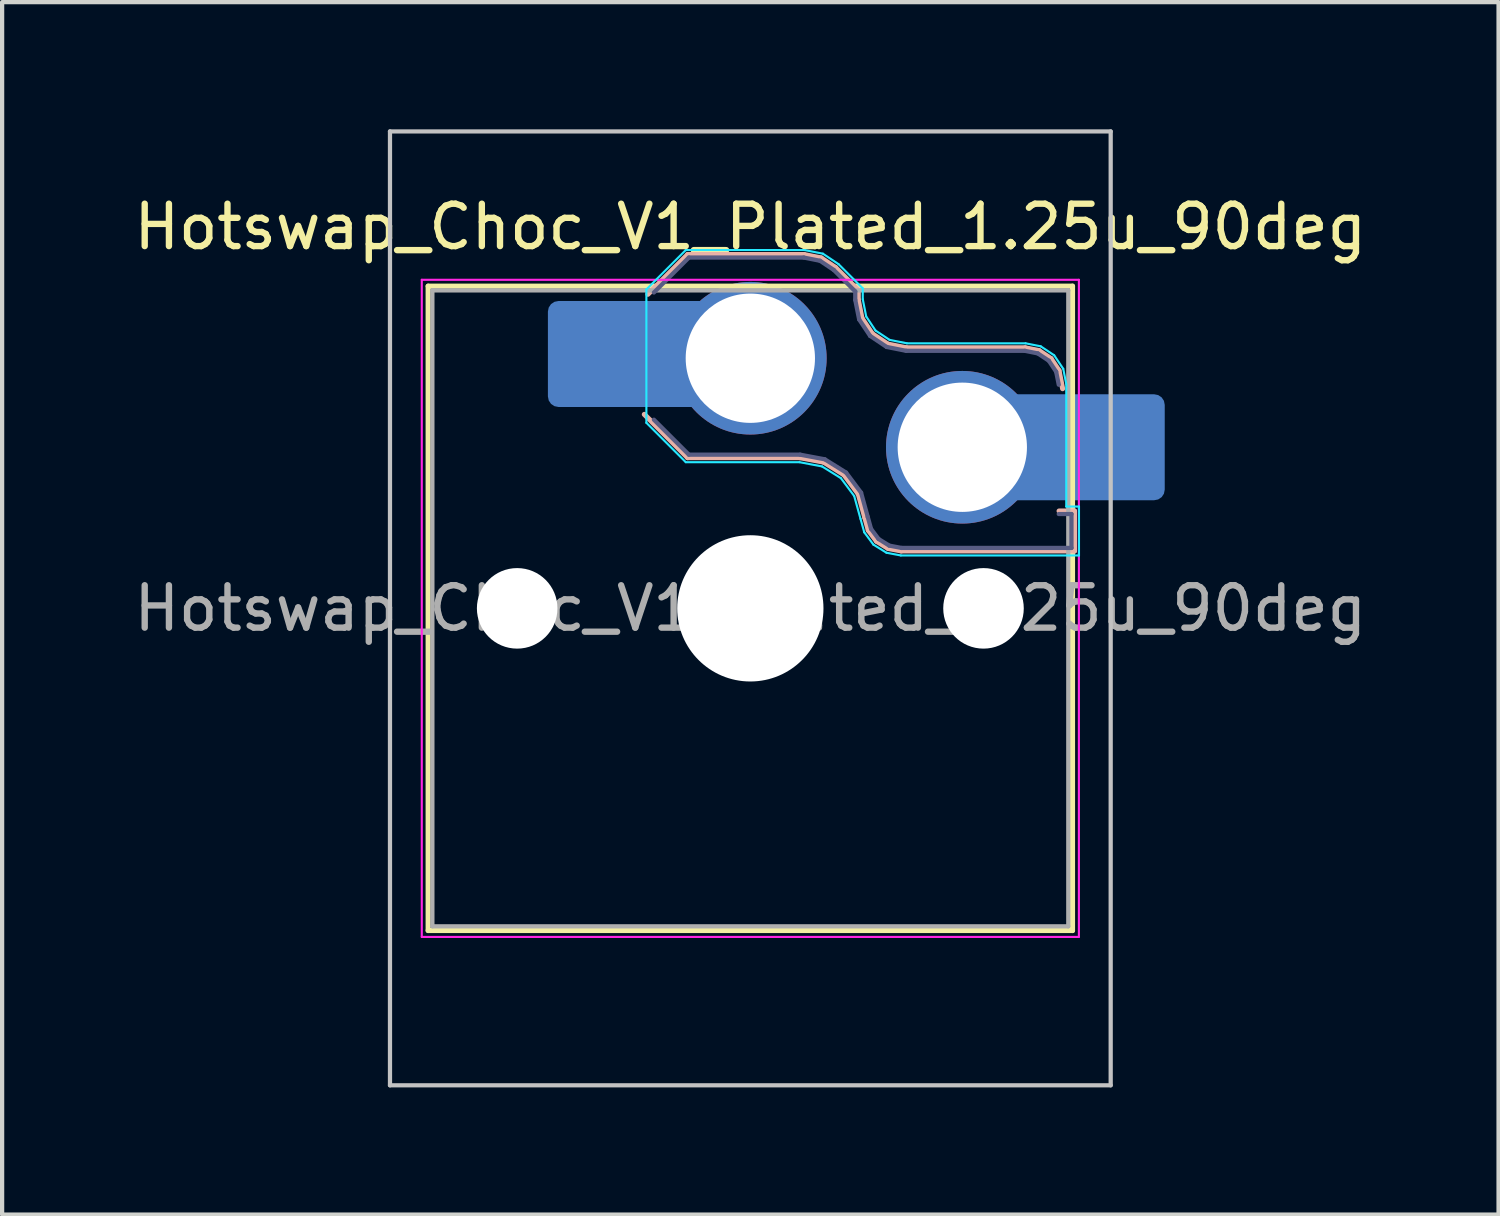
<source format=kicad_pcb>
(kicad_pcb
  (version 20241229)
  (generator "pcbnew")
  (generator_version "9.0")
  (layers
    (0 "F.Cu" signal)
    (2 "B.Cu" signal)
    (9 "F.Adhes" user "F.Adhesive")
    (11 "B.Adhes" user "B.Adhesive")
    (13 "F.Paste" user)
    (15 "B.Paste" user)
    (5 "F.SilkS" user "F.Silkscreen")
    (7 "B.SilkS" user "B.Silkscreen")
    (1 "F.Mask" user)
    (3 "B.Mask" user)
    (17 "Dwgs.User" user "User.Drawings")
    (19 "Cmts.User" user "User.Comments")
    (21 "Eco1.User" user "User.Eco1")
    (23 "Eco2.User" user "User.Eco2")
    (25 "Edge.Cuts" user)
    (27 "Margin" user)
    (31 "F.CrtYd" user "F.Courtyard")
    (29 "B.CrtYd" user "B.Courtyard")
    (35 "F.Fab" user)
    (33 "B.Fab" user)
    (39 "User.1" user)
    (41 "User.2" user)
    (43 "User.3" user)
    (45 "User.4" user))
  (footprint "Hotswap_Choc_V1_Plated_1.25u_90deg"
    (layer "F.Cu")
    (at 14.649 11.3)
    (property "Reference" "Hotswap_Choc_V1_Plated_1.25u_90deg" (at 0 -9 0) (layer "F.SilkS") (effects (font (size 1 1) (thickness 0.15))))
    (attr smd allow_soldermask_bridges)
    (fp_line (start -7.6 -7.6) (end -7.6 7.6) (stroke (width 0.12) (type solid)) (layer "F.SilkS"))
    (fp_line (start -7.6 7.6) (end 7.6 7.6) (stroke (width 0.12) (type solid)) (layer "F.SilkS"))
    (fp_line (start 7.6 -7.6) (end -7.6 -7.6) (stroke (width 0.12) (type solid)) (layer "F.SilkS"))
    (fp_line (start 7.6 7.6) (end 7.6 -7.6) (stroke (width 0.12) (type solid)) (layer "F.SilkS"))
    (fp_line (start -2.416 -7.409) (end -1.479 -8.346) (stroke (width 0.12) (type solid)) (layer "B.SilkS"))
    (fp_line (start -1.479 -8.346) (end 1.268 -8.346) (stroke (width 0.12) (type solid)) (layer "B.SilkS"))
    (fp_line (start -1.479 -3.554) (end -2.5 -4.575) (stroke (width 0.12) (type solid)) (layer "B.SilkS"))
    (fp_line (start 1.168 -3.554) (end -1.479 -3.554) (stroke (width 0.12) (type solid)) (layer "B.SilkS"))
    (fp_line (start 1.268 -8.346) (end 1.671 -8.266) (stroke (width 0.12) (type solid)) (layer "B.SilkS"))
    (fp_line (start 1.671 -8.266) (end 2.013 -8.037) (stroke (width 0.12) (type solid)) (layer "B.SilkS"))
    (fp_line (start 1.73 -3.449) (end 1.168 -3.554) (stroke (width 0.12) (type solid)) (layer "B.SilkS"))
    (fp_line (start 2.013 -8.037) (end 2.546 -7.504) (stroke (width 0.12) (type solid)) (layer "B.SilkS"))
    (fp_line (start 2.209 -3.15) (end 1.73 -3.449) (stroke (width 0.12) (type solid)) (layer "B.SilkS"))
    (fp_line (start 2.546 -7.504) (end 2.546 -7.282) (stroke (width 0.12) (type solid)) (layer "B.SilkS"))
    (fp_line (start 2.546 -7.282) (end 2.633 -6.844) (stroke (width 0.12) (type solid)) (layer "B.SilkS"))
    (fp_line (start 2.547 -2.697) (end 2.209 -3.15) (stroke (width 0.12) (type solid)) (layer "B.SilkS"))
    (fp_line (start 2.633 -6.844) (end 2.877 -6.477) (stroke (width 0.12) (type solid)) (layer "B.SilkS"))
    (fp_line (start 2.701 -2.139) (end 2.547 -2.697) (stroke (width 0.12) (type solid)) (layer "B.SilkS"))
    (fp_line (start 2.783 -1.841) (end 2.701 -2.139) (stroke (width 0.12) (type solid)) (layer "B.SilkS"))
    (fp_line (start 2.877 -6.477) (end 3.244 -6.233) (stroke (width 0.12) (type solid)) (layer "B.SilkS"))
    (fp_line (start 2.976 -1.583) (end 2.783 -1.841) (stroke (width 0.12) (type solid)) (layer "B.SilkS"))
    (fp_line (start 3.244 -6.233) (end 3.682 -6.146) (stroke (width 0.12) (type solid)) (layer "B.SilkS"))
    (fp_line (start 3.25 -1.413) (end 2.976 -1.583) (stroke (width 0.12) (type solid)) (layer "B.SilkS"))
    (fp_line (start 3.56 -1.354) (end 3.25 -1.413) (stroke (width 0.12) (type solid)) (layer "B.SilkS"))
    (fp_line (start 3.682 -6.146) (end 6.482 -6.146) (stroke (width 0.12) (type solid)) (layer "B.SilkS"))
    (fp_line (start 6.482 -6.146) (end 6.809 -6.081) (stroke (width 0.12) (type solid)) (layer "B.SilkS"))
    (fp_line (start 6.809 -6.081) (end 7.092 -5.892) (stroke (width 0.12) (type solid)) (layer "B.SilkS"))
    (fp_line (start 7.092 -5.892) (end 7.281 -5.609) (stroke (width 0.12) (type solid)) (layer "B.SilkS"))
    (fp_line (start 7.281 -5.609) (end 7.366 -5.182) (stroke (width 0.12) (type solid)) (layer "B.SilkS"))
    (fp_line (start 7.283 -2.296) (end 7.646 -2.296) (stroke (width 0.12) (type solid)) (layer "B.SilkS"))
    (fp_line (start 7.646 -2.296) (end 7.646 -1.354) (stroke (width 0.12) (type solid)) (layer "B.SilkS"))
    (fp_line (start 7.646 -1.354) (end 3.56 -1.354) (stroke (width 0.12) (type solid)) (layer "B.SilkS"))
    (fp_line (start -8.5 -11.25) (end 8.5 -11.25) (stroke (width 0.1) (type solid)) (layer "Dwgs.User"))
    (fp_line (start -8.5 11.25) (end -8.5 -11.25) (stroke (width 0.1) (type solid)) (layer "Dwgs.User"))
    (fp_line (start 8.5 -11.25) (end 8.5 11.25) (stroke (width 0.1) (type solid)) (layer "Dwgs.User"))
    (fp_line (start 8.5 11.25) (end -8.5 11.25) (stroke (width 0.1) (type solid)) (layer "Dwgs.User"))
    (fp_line (start -7.25 -7.25) (end -7.25 7.25) (stroke (width 0.1) (type solid)) (layer "Eco1.User"))
    (fp_line (start -7.25 7.25) (end 7.25 7.25) (stroke (width 0.1) (type solid)) (layer "Eco1.User"))
    (fp_line (start 7.25 -7.25) (end -7.25 -7.25) (stroke (width 0.1) (type solid)) (layer "Eco1.User"))
    (fp_line (start 7.25 7.25) (end 7.25 -7.25) (stroke (width 0.1) (type solid)) (layer "Eco1.User"))
    (fp_line (start -2.452 -7.523) (end -1.523 -8.452) (stroke (width 0.05) (type solid)) (layer "B.CrtYd"))
    (fp_line (start -2.452 -4.377) (end -2.452 -7.523) (stroke (width 0.05) (type solid)) (layer "B.CrtYd"))
    (fp_line (start -1.523 -8.452) (end 1.278 -8.452) (stroke (width 0.05) (type solid)) (layer "B.CrtYd"))
    (fp_line (start -1.523 -3.448) (end -2.452 -4.377) (stroke (width 0.05) (type solid)) (layer "B.CrtYd"))
    (fp_line (start 1.159 -3.448) (end -1.523 -3.448) (stroke (width 0.05) (type solid)) (layer "B.CrtYd"))
    (fp_line (start 1.278 -8.452) (end 1.712 -8.366) (stroke (width 0.05) (type solid)) (layer "B.CrtYd"))
    (fp_line (start 1.691 -3.348) (end 1.159 -3.448) (stroke (width 0.05) (type solid)) (layer "B.CrtYd"))
    (fp_line (start 1.712 -8.366) (end 2.081 -8.119) (stroke (width 0.05) (type solid)) (layer "B.CrtYd"))
    (fp_line (start 2.081 -8.119) (end 2.652 -7.548) (stroke (width 0.05) (type solid)) (layer "B.CrtYd"))
    (fp_line (start 2.136 -3.071) (end 1.691 -3.348) (stroke (width 0.05) (type solid)) (layer "B.CrtYd"))
    (fp_line (start 2.45 -2.65) (end 2.136 -3.071) (stroke (width 0.05) (type solid)) (layer "B.CrtYd"))
    (fp_line (start 2.599 -2.111) (end 2.45 -2.65) (stroke (width 0.05) (type solid)) (layer "B.CrtYd"))
    (fp_line (start 2.652 -7.548) (end 2.652 -7.292) (stroke (width 0.05) (type solid)) (layer "B.CrtYd"))
    (fp_line (start 2.652 -7.292) (end 2.733 -6.885) (stroke (width 0.05) (type solid)) (layer "B.CrtYd"))
    (fp_line (start 2.687 -1.794) (end 2.599 -2.111) (stroke (width 0.05) (type solid)) (layer "B.CrtYd"))
    (fp_line (start 2.733 -6.885) (end 2.953 -6.553) (stroke (width 0.05) (type solid)) (layer "B.CrtYd"))
    (fp_line (start 2.903 -1.503) (end 2.687 -1.794) (stroke (width 0.05) (type solid)) (layer "B.CrtYd"))
    (fp_line (start 2.953 -6.553) (end 3.285 -6.333) (stroke (width 0.05) (type solid)) (layer "B.CrtYd"))
    (fp_line (start 3.211 -1.312) (end 2.903 -1.503) (stroke (width 0.05) (type solid)) (layer "B.CrtYd"))
    (fp_line (start 3.285 -6.333) (end 3.692 -6.252) (stroke (width 0.05) (type solid)) (layer "B.CrtYd"))
    (fp_line (start 3.55 -1.248) (end 3.211 -1.312) (stroke (width 0.05) (type solid)) (layer "B.CrtYd"))
    (fp_line (start 3.692 -6.252) (end 6.492 -6.252) (stroke (width 0.05) (type solid)) (layer "B.CrtYd"))
    (fp_line (start 6.492 -6.252) (end 6.85 -6.181) (stroke (width 0.05) (type solid)) (layer "B.CrtYd"))
    (fp_line (start 6.85 -6.181) (end 7.168 -5.968) (stroke (width 0.05) (type solid)) (layer "B.CrtYd"))
    (fp_line (start 7.168 -5.968) (end 7.381 -5.65) (stroke (width 0.05) (type solid)) (layer "B.CrtYd"))
    (fp_line (start 7.381 -5.65) (end 7.452 -5.292) (stroke (width 0.05) (type solid)) (layer "B.CrtYd"))
    (fp_line (start 7.452 -5.292) (end 7.452 -2.402) (stroke (width 0.05) (type solid)) (layer "B.CrtYd"))
    (fp_line (start 7.452 -2.402) (end 7.752 -2.402) (stroke (width 0.05) (type solid)) (layer "B.CrtYd"))
    (fp_line (start 7.752 -2.402) (end 7.752 -1.248) (stroke (width 0.05) (type solid)) (layer "B.CrtYd"))
    (fp_line (start 7.752 -1.248) (end 3.55 -1.248) (stroke (width 0.05) (type solid)) (layer "B.CrtYd"))
    (fp_line (start -7.75 -7.75) (end -7.75 7.75) (stroke (width 0.05) (type solid)) (layer "F.CrtYd"))
    (fp_line (start -7.75 7.75) (end 7.75 7.75) (stroke (width 0.05) (type solid)) (layer "F.CrtYd"))
    (fp_line (start 7.75 -7.75) (end -7.75 -7.75) (stroke (width 0.05) (type solid)) (layer "F.CrtYd"))
    (fp_line (start 7.75 7.75) (end 7.75 -7.75) (stroke (width 0.05) (type solid)) (layer "F.CrtYd"))
    (fp_line (start -2.275 -7.45) (end -1.45 -8.275) (stroke (width 0.1) (type solid)) (layer "B.Fab"))
    (fp_line (start -1.45 -8.275) (end 1.261 -8.275) (stroke (width 0.1) (type solid)) (layer "B.Fab"))
    (fp_line (start -1.45 -3.625) (end -2.275 -4.45) (stroke (width 0.1) (type solid)) (layer "B.Fab"))
    (fp_line (start 1.175 -3.625) (end -1.45 -3.625) (stroke (width 0.1) (type solid)) (layer "B.Fab"))
    (fp_line (start 1.261 -8.275) (end 1.643 -8.199) (stroke (width 0.1) (type solid)) (layer "B.Fab"))
    (fp_line (start 1.643 -8.199) (end 1.968 -7.982) (stroke (width 0.1) (type solid)) (layer "B.Fab"))
    (fp_line (start 1.756 -3.516) (end 1.175 -3.625) (stroke (width 0.1) (type solid)) (layer "B.Fab"))
    (fp_line (start 1.968 -7.982) (end 2.475 -7.475) (stroke (width 0.1) (type solid)) (layer "B.Fab"))
    (fp_line (start 2.258 -3.203) (end 1.756 -3.516) (stroke (width 0.1) (type solid)) (layer "B.Fab"))
    (fp_line (start 2.475 -7.475) (end 2.475 -7.275) (stroke (width 0.1) (type solid)) (layer "B.Fab"))
    (fp_line (start 2.475 -7.275) (end 2.566 -6.816) (stroke (width 0.1) (type solid)) (layer "B.Fab"))
    (fp_line (start 2.566 -6.816) (end 2.826 -6.426) (stroke (width 0.1) (type solid)) (layer "B.Fab"))
    (fp_line (start 2.612 -2.729) (end 2.258 -3.203) (stroke (width 0.1) (type solid)) (layer "B.Fab"))
    (fp_line (start 2.769 -2.158) (end 2.612 -2.729) (stroke (width 0.1) (type solid)) (layer "B.Fab"))
    (fp_line (start 2.826 -6.426) (end 3.216 -6.166) (stroke (width 0.1) (type solid)) (layer "B.Fab"))
    (fp_line (start 2.848 -1.873) (end 2.769 -2.158) (stroke (width 0.1) (type solid)) (layer "B.Fab"))
    (fp_line (start 3.025 -1.636) (end 2.848 -1.873) (stroke (width 0.1) (type solid)) (layer "B.Fab"))
    (fp_line (start 3.216 -6.166) (end 3.675 -6.075) (stroke (width 0.1) (type solid)) (layer "B.Fab"))
    (fp_line (start 3.276 -1.48) (end 3.025 -1.636) (stroke (width 0.1) (type solid)) (layer "B.Fab"))
    (fp_line (start 3.567 -1.425) (end 3.276 -1.48) (stroke (width 0.1) (type solid)) (layer "B.Fab"))
    (fp_line (start 3.675 -6.075) (end 6.475 -6.075) (stroke (width 0.1) (type solid)) (layer "B.Fab"))
    (fp_line (start 6.475 -6.075) (end 6.781 -6.014) (stroke (width 0.1) (type solid)) (layer "B.Fab"))
    (fp_line (start 6.781 -6.014) (end 7.041 -5.841) (stroke (width 0.1) (type solid)) (layer "B.Fab"))
    (fp_line (start 7.041 -5.841) (end 7.214 -5.581) (stroke (width 0.1) (type solid)) (layer "B.Fab"))
    (fp_line (start 7.214 -5.581) (end 7.275 -5.275) (stroke (width 0.1) (type solid)) (layer "B.Fab"))
    (fp_line (start 7.275 -2.225) (end 7.575 -2.225) (stroke (width 0.1) (type solid)) (layer "B.Fab"))
    (fp_line (start 7.575 -2.225) (end 7.575 -1.425) (stroke (width 0.1) (type solid)) (layer "B.Fab"))
    (fp_line (start 7.575 -1.425) (end 3.567 -1.425) (stroke (width 0.1) (type solid)) (layer "B.Fab"))
    (fp_line (start -7.5 -7.5) (end -7.5 7.5) (stroke (width 0.1) (type solid)) (layer "F.Fab"))
    (fp_line (start -7.5 7.5) (end 7.5 7.5) (stroke (width 0.1) (type solid)) (layer "F.Fab"))
    (fp_line (start 7.5 -7.5) (end -7.5 -7.5) (stroke (width 0.1) (type solid)) (layer "F.Fab"))
    (fp_line (start 7.5 7.5) (end 7.5 -7.5) (stroke (width 0.1) (type solid)) (layer "F.Fab"))
    (fp_text user "${REFERENCE}" (at 0 0 0) (layer "F.Fab") (effects (font (size 1 1) (thickness 0.15))))
    (pad "" np_thru_hole circle (at -5.5 0) (size 1.9 1.9) (drill 1.9) (layers "*.Cu" "*.Mask"))
    (pad "" smd roundrect (at -3.5 -6) (size 2.55 2.5) (layers "B.Mask" "B.Paste") (roundrect_rratio 0.1))
    (pad "" np_thru_hole circle (at 0 0) (size 3.45 3.45) (drill 3.45) (layers "*.Cu" "*.Mask"))
    (pad "" np_thru_hole circle (at 5.5 0) (size 1.9 1.9) (drill 1.9) (layers "*.Cu" "*.Mask"))
    (pad "" smd roundrect (at 8.5 -3.8) (size 2.55 2.5) (layers "B.Mask" "B.Paste") (roundrect_rratio 0.1))
    (pad "1" smd roundrect (at -2.85 -6) (size 3.85 2.5) (layers "B.Cu") (roundrect_rratio 0.1))
    (pad "1" thru_hole circle (at 0 -5.9) (size 3.6 3.6) (drill 3.05) (layers "*.Cu" "*.Mask"))
    (pad "2" thru_hole circle (at 5 -3.8) (size 3.6 3.6) (drill 3.05) (layers "*.Cu" "*.Mask"))
    (pad "2" smd roundrect (at 7.85 -3.8) (size 3.85 2.5) (layers "B.Cu") (roundrect_rratio 0.1)))
  (gr_rect
    (start -3 -3)
    (end 32.298 25.6)
    (stroke (width 0.1) (type default))
    (fill no)
    (layer "Edge.Cuts")))
</source>
